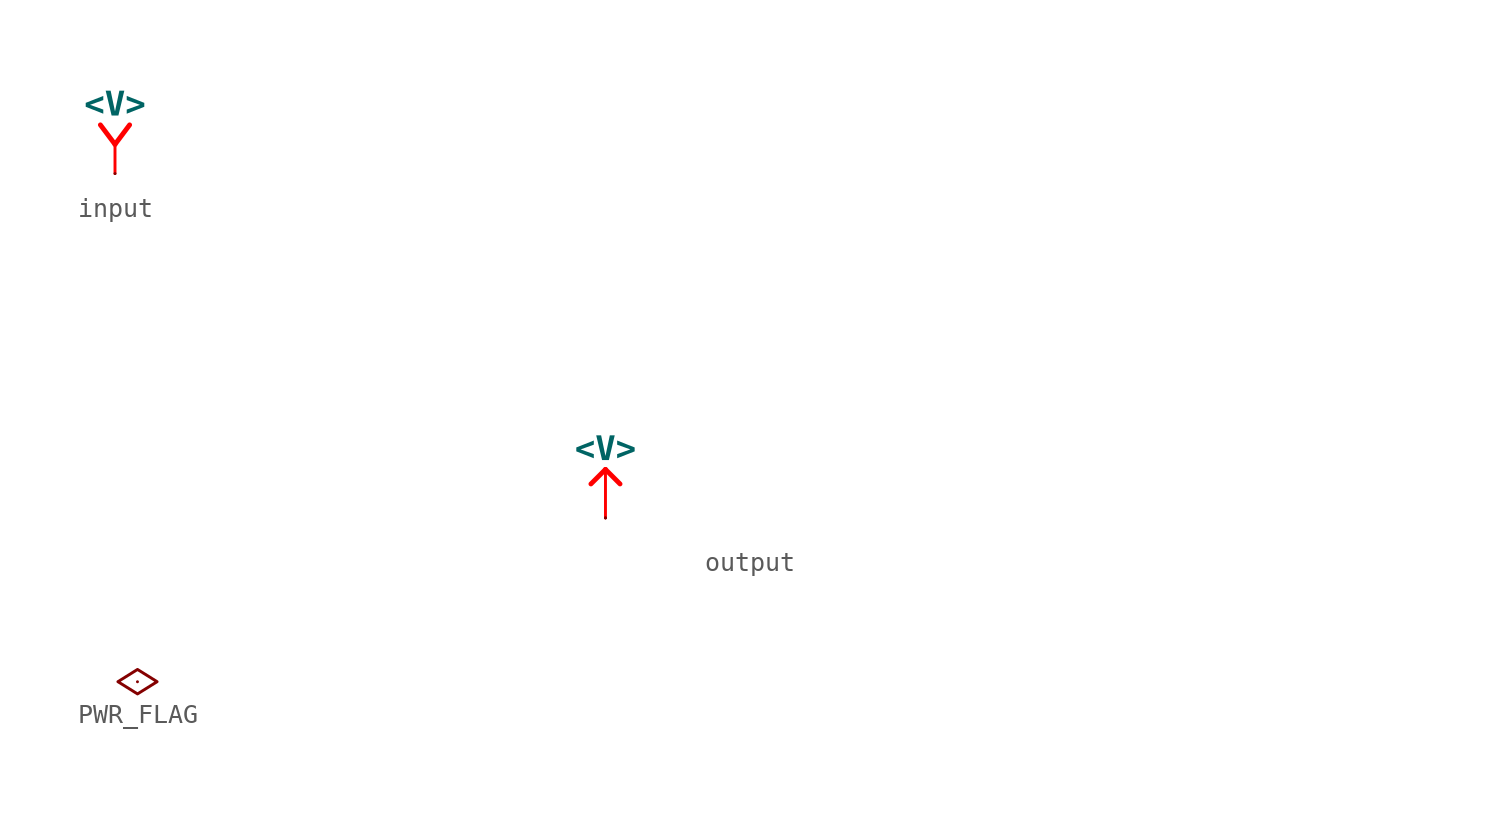
<source format=kicad_sym>
(kicad_symbol_lib
  (version 20241209)
  (generator "kicad_symbol_editor")
  (generator_version "9.0")
  (symbol "input"
    (power)
    (pin_numbers
      (hide yes))
    (pin_names
      (offset 0)
      (hide yes))
    (property "Reference" "#PWR"
      (at 0 -3.81 0)
      (effects (font (face "Consolas") (size 1.27 1.27) (bold yes)) (hide yes)))
    (property "Value" "<V>"
      (at 0 3.556 0)
      (effects (font (face "Consolas") (size 1.27 1.27) (bold yes))))
    (symbol "input_0_1"
      (polyline (pts (xy -0.762 2.54) (xy 0 1.524)) (stroke (width 0.254) (type default) (color 255 0 0 1)) (fill (type none)))
      (polyline (pts (xy 0 1.524) (xy 0.762 2.54)) (stroke (width 0.254) (type default) (color 255 0 0 1)) (fill (type none)))
      (polyline (pts (xy 0 0) (xy 0 1.524)) (stroke (width 0) (type default) (color 255 0 0 1)) (fill (type none))))
    (symbol "input_1_1"
      (pin power_in line (at 0 0 90) (length 0) (name "~" (effects (font (size 1.27 1.27)))) (number "1" (effects (font (size 1.27 1.27)))))))
  (symbol "output"
    (power)
    (pin_numbers
      (hide yes))
    (pin_names
      (offset 0)
      (hide yes))
    (property "Reference" "#PWR"
      (at 0 -3.81 0)
      (effects (font (face "Consolas") (size 1.27 1.27) (bold yes)) (hide yes)))
    (property "Value" "<V>"
      (at 0 3.556 0)
      (effects (font (face "Consolas") (size 1.27 1.27) (bold yes))))
    (symbol "output_0_0"
      (pin power_out line (at 0 0 90) (length 0) (name "~" (effects (font (size 1.27 1.27)))) (number "2" (effects (font (size 1.27 1.27))))))
    (symbol "output_0_1"
      (polyline (pts (xy 0 0) (xy 0 2.54)) (stroke (width 0) (type default) (color 255 0 0 1)) (fill (type none))))
    (symbol "output_1_1"
      (polyline (pts (xy -0.762 1.778) (xy 0 2.54)) (stroke (width 0.254) (type solid) (color 255 0 0 1)) (fill (type none)))
      (polyline (pts (xy 0 2.54) (xy 0.762 1.778)) (stroke (width 0.254) (type solid) (color 255 0 0 1)) (fill (type none)))
      (text private "Tricked by overlaying a power input which names the net\nwith a power output to inform ERC" (at -21.844 7.62 0) (effects (font (face "Consolas") (size 1.27 1.27) (bold yes)) (justify left)))
      (pin power_in line (at 0 0 90) (length 0) (name "~" (effects (font (size 1.27 1.27)))) (number "1" (effects (font (size 1.27 1.27)))))))
  (symbol "PWR_FLAG"
    (power)
    (pin_numbers
      (hide yes))
    (pin_names
      (offset 0)
      (hide yes))
    (property "Reference" "#FLG"
      (at 0 1.905 0)
      (effects (font (size 1.27 1.27)) (hide yes)))
    (symbol "PWR_FLAG_0_0"
      (pin power_out line (at 0 0 90) (length 0) (name "~" (effects (font (size 1.27 1.27)))) (number "1" (effects (font (size 1.27 1.27))))))
    (symbol "PWR_FLAG_0_1"
      (polyline (pts (xy 0.002 -0.631) (xy 0.002 -0.631) (xy -1.014 0.004) (xy 0.002 0.639) (xy 1.018 0.004) (xy 0.002 -0.631)) (stroke (width 0) (type default)) (fill (type none))))))
</source>
